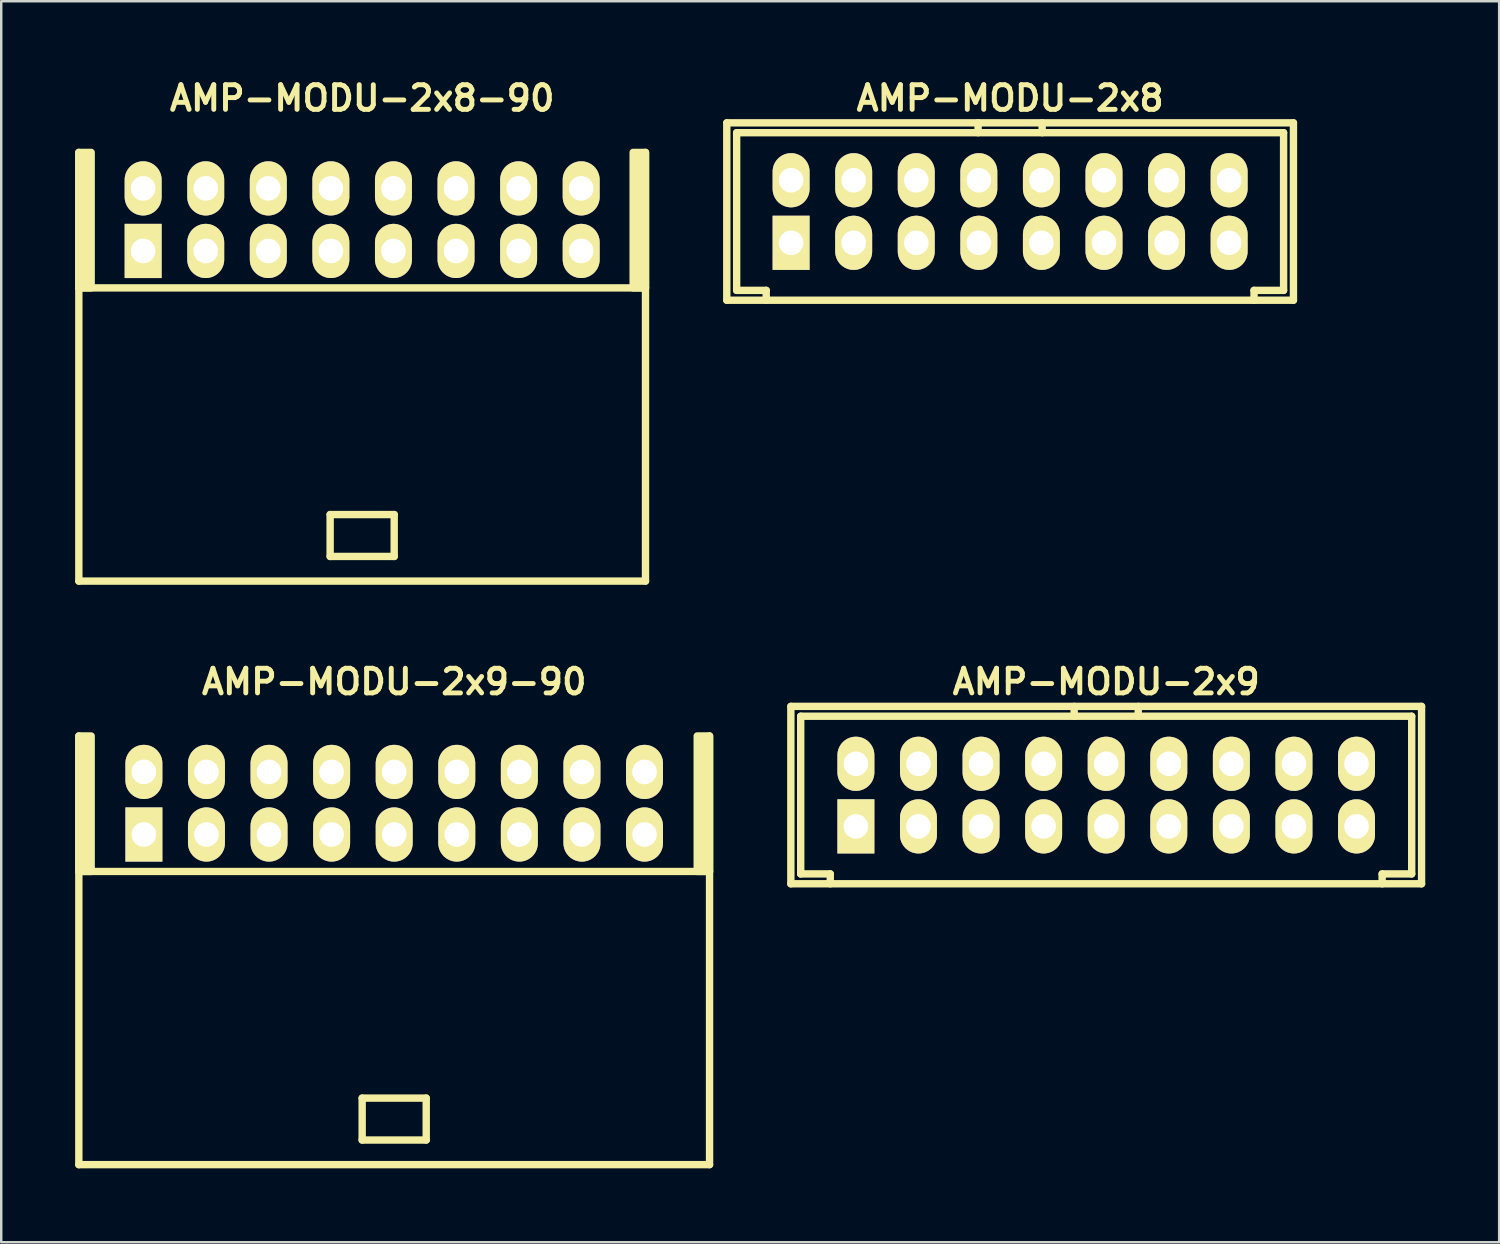
<source format=kicad_pcb>
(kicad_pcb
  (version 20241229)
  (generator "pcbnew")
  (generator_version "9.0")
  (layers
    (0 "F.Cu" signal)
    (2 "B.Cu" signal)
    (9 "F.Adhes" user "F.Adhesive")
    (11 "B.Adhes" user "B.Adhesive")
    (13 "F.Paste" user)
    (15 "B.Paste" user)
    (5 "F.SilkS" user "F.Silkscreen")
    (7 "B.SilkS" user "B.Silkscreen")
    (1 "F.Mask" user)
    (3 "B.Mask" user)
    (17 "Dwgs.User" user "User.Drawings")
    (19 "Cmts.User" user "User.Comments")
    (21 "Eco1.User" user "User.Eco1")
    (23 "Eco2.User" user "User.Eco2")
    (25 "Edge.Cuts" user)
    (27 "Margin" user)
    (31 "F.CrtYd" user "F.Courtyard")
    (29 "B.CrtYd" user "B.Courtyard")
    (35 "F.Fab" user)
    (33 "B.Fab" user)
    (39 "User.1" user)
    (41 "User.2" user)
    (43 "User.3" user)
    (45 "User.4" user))
  (footprint "AMP-MODU-2x8-90"
    (layer "F.Cu")
    (at 11.65 7.136)
    (property "Reference" "AMP-MODU-2x8-90" (at 0 -6.2 0) (layer "F.SilkS") (effects (font (size 1 1) (thickness 0.2))))
    (attr through_hole)
    (fp_line (start -11.5 -4) (end -11.5 13.4) (stroke (width 0.3) (type solid)) (layer "F.SilkS"))
    (fp_line (start -11.5 1.5) (end 11.5 1.5) (stroke (width 0.3) (type solid)) (layer "F.SilkS"))
    (fp_line (start -1.3 10.7) (end -1.3 12.4) (stroke (width 0.3) (type solid)) (layer "F.SilkS"))
    (fp_line (start -1.3 10.7) (end 1.3 10.7) (stroke (width 0.3) (type solid)) (layer "F.SilkS"))
    (fp_line (start -1.3 12.4) (end 1.3 12.4) (stroke (width 0.3) (type solid)) (layer "F.SilkS"))
    (fp_line (start 1.3 10.7) (end 1.3 12.4) (stroke (width 0.3) (type solid)) (layer "F.SilkS"))
    (fp_line (start 11.5 -4) (end 11.5 13.4) (stroke (width 0.3) (type solid)) (layer "F.SilkS"))
    (fp_line (start 11.5 13.4) (end -11.5 13.4) (stroke (width 0.3) (type solid)) (layer "F.SilkS"))
    (fp_poly (pts (xy -11 1.5) (xy -11.5 1.5) (xy -11.5 -4) (xy -11 -4)) (stroke (width 0.3) (type solid)) (fill yes) (layer "F.SilkS"))
    (fp_poly (pts (xy 11.5 1.5) (xy 11 1.5) (xy 11 -4) (xy 11.5 -4)) (stroke (width 0.3) (type solid)) (fill yes) (layer "F.SilkS"))
    (pad "1" thru_hole rect (at -8.89 0) (size 1.5 2.2) (drill 1) (layers "*.Cu" "*.Mask" "F.SilkS"))
    (pad "2" thru_hole oval (at -8.89 -2.54) (size 1.5 2.2) (drill 1) (layers "*.Cu" "*.Mask" "F.SilkS"))
    (pad "3" thru_hole oval (at -6.35 0) (size 1.5 2.2) (drill 1) (layers "*.Cu" "*.Mask" "F.SilkS"))
    (pad "4" thru_hole oval (at -6.35 -2.54) (size 1.5 2.2) (drill 1) (layers "*.Cu" "*.Mask" "F.SilkS"))
    (pad "5" thru_hole oval (at -3.81 0) (size 1.5 2.2) (drill 1) (layers "*.Cu" "*.Mask" "F.SilkS"))
    (pad "6" thru_hole oval (at -3.81 -2.54) (size 1.5 2.2) (drill 1) (layers "*.Cu" "*.Mask" "F.SilkS"))
    (pad "7" thru_hole oval (at -1.27 0) (size 1.5 2.2) (drill 1) (layers "*.Cu" "*.Mask" "F.SilkS"))
    (pad "8" thru_hole oval (at -1.27 -2.54) (size 1.5 2.2) (drill 1) (layers "*.Cu" "*.Mask" "F.SilkS"))
    (pad "9" thru_hole oval (at 1.27 0) (size 1.5 2.2) (drill 1) (layers "*.Cu" "*.Mask" "F.SilkS"))
    (pad "10" thru_hole oval (at 1.27 -2.54) (size 1.5 2.2) (drill 1) (layers "*.Cu" "*.Mask" "F.SilkS"))
    (pad "11" thru_hole oval (at 3.81 0) (size 1.5 2.2) (drill 1) (layers "*.Cu" "*.Mask" "F.SilkS"))
    (pad "12" thru_hole oval (at 3.81 -2.54) (size 1.5 2.2) (drill 1) (layers "*.Cu" "*.Mask" "F.SilkS"))
    (pad "13" thru_hole oval (at 6.35 0) (size 1.5 2.2) (drill 1) (layers "*.Cu" "*.Mask" "F.SilkS"))
    (pad "14" thru_hole oval (at 6.35 -2.54) (size 1.5 2.2) (drill 1) (layers "*.Cu" "*.Mask" "F.SilkS"))
    (pad "15" thru_hole oval (at 8.89 0) (size 1.5 2.2) (drill 1) (layers "*.Cu" "*.Mask" "F.SilkS"))
    (pad "16" thru_hole oval (at 8.89 -2.54) (size 1.5 2.2) (drill 1) (layers "*.Cu" "*.Mask" "F.SilkS")))
  (footprint "AMP-MODU-2x8"
    (layer "F.Cu")
    (at 37.95 5.536)
    (property "Reference" "AMP-MODU-2x8" (at 0 -4.6 0) (layer "F.SilkS") (effects (font (size 1 1) (thickness 0.2))))
    (attr through_hole)
    (fp_line (start -11.5 -3.6) (end 11.5 -3.6) (stroke (width 0.3) (type solid)) (layer "F.SilkS"))
    (fp_line (start -11.5 3.6) (end -11.5 -3.6) (stroke (width 0.3) (type solid)) (layer "F.SilkS"))
    (fp_line (start -11.1 -3.2) (end -11.1 3.2) (stroke (width 0.3) (type solid)) (layer "F.SilkS"))
    (fp_line (start -9.9 3.2) (end -11.1 3.2) (stroke (width 0.3) (type solid)) (layer "F.SilkS"))
    (fp_line (start -9.9 3.2) (end -9.9 3.6) (stroke (width 0.3) (type solid)) (layer "F.SilkS"))
    (fp_line (start -1.3 -3.2) (end -1.3 -3.6) (stroke (width 0.3) (type solid)) (layer "F.SilkS"))
    (fp_line (start 1.3 -3.6) (end 1.3 -3.2) (stroke (width 0.3) (type solid)) (layer "F.SilkS"))
    (fp_line (start 9.9 3.6) (end 9.9 3.2) (stroke (width 0.3) (type solid)) (layer "F.SilkS"))
    (fp_line (start 11.1 -3.2) (end -11.1 -3.2) (stroke (width 0.3) (type solid)) (layer "F.SilkS"))
    (fp_line (start 11.1 3.2) (end 9.9 3.2) (stroke (width 0.3) (type solid)) (layer "F.SilkS"))
    (fp_line (start 11.1 3.2) (end 11.1 -3.2) (stroke (width 0.3) (type solid)) (layer "F.SilkS"))
    (fp_line (start 11.5 -3.6) (end 11.5 3.6) (stroke (width 0.3) (type solid)) (layer "F.SilkS"))
    (fp_line (start 11.5 3.6) (end -11.5 3.6) (stroke (width 0.3) (type solid)) (layer "F.SilkS"))
    (pad "1" thru_hole rect (at -8.89 1.27) (size 1.5 2.2) (drill 1) (layers "*.Cu" "*.Mask" "F.SilkS"))
    (pad "2" thru_hole oval (at -8.89 -1.27) (size 1.5 2.2) (drill 1) (layers "*.Cu" "*.Mask" "F.SilkS"))
    (pad "3" thru_hole oval (at -6.35 1.27) (size 1.5 2.2) (drill 1) (layers "*.Cu" "*.Mask" "F.SilkS"))
    (pad "4" thru_hole oval (at -6.35 -1.27) (size 1.5 2.2) (drill 1) (layers "*.Cu" "*.Mask" "F.SilkS"))
    (pad "5" thru_hole oval (at -3.81 1.27) (size 1.5 2.2) (drill 1) (layers "*.Cu" "*.Mask" "F.SilkS"))
    (pad "6" thru_hole oval (at -3.81 -1.27) (size 1.5 2.2) (drill 1) (layers "*.Cu" "*.Mask" "F.SilkS"))
    (pad "7" thru_hole oval (at -1.27 1.27) (size 1.5 2.2) (drill 1) (layers "*.Cu" "*.Mask" "F.SilkS"))
    (pad "8" thru_hole oval (at -1.27 -1.27) (size 1.5 2.2) (drill 1) (layers "*.Cu" "*.Mask" "F.SilkS"))
    (pad "9" thru_hole oval (at 1.27 1.27) (size 1.5 2.2) (drill 1) (layers "*.Cu" "*.Mask" "F.SilkS"))
    (pad "10" thru_hole oval (at 1.27 -1.27) (size 1.5 2.2) (drill 1) (layers "*.Cu" "*.Mask" "F.SilkS"))
    (pad "11" thru_hole oval (at 3.81 1.27) (size 1.5 2.2) (drill 1) (layers "*.Cu" "*.Mask" "F.SilkS"))
    (pad "12" thru_hole oval (at 3.81 -1.27) (size 1.5 2.2) (drill 1) (layers "*.Cu" "*.Mask" "F.SilkS"))
    (pad "13" thru_hole oval (at 6.35 1.27) (size 1.5 2.2) (drill 1) (layers "*.Cu" "*.Mask" "F.SilkS"))
    (pad "14" thru_hole oval (at 6.35 -1.27) (size 1.5 2.2) (drill 1) (layers "*.Cu" "*.Mask" "F.SilkS"))
    (pad "15" thru_hole oval (at 8.89 1.27) (size 1.5 2.2) (drill 1) (layers "*.Cu" "*.Mask" "F.SilkS"))
    (pad "16" thru_hole oval (at 8.89 -1.27) (size 1.5 2.2) (drill 1) (layers "*.Cu" "*.Mask" "F.SilkS")))
  (footprint "AMP-MODU-2x9"
    (layer "F.Cu")
    (at 41.85 29.222)
    (property "Reference" "AMP-MODU-2x9" (at 0 -4.6 0) (layer "F.SilkS") (effects (font (size 1 1) (thickness 0.2))))
    (attr through_hole)
    (fp_line (start -12.8 -3.6) (end 12.8 -3.6) (stroke (width 0.3) (type solid)) (layer "F.SilkS"))
    (fp_line (start -12.8 3.6) (end -12.8 -3.6) (stroke (width 0.3) (type solid)) (layer "F.SilkS"))
    (fp_line (start -12.4 -3.2) (end -12.4 3.2) (stroke (width 0.3) (type solid)) (layer "F.SilkS"))
    (fp_line (start -11.2 3.2) (end -12.4 3.2) (stroke (width 0.3) (type solid)) (layer "F.SilkS"))
    (fp_line (start -11.2 3.2) (end -11.2 3.6) (stroke (width 0.3) (type solid)) (layer "F.SilkS"))
    (fp_line (start -1.3 -3.2) (end -1.3 -3.6) (stroke (width 0.3) (type solid)) (layer "F.SilkS"))
    (fp_line (start 1.3 -3.6) (end 1.3 -3.2) (stroke (width 0.3) (type solid)) (layer "F.SilkS"))
    (fp_line (start 11.2 3.6) (end 11.2 3.2) (stroke (width 0.3) (type solid)) (layer "F.SilkS"))
    (fp_line (start 12.4 -3.2) (end -12.4 -3.2) (stroke (width 0.3) (type solid)) (layer "F.SilkS"))
    (fp_line (start 12.4 3.2) (end 11.2 3.2) (stroke (width 0.3) (type solid)) (layer "F.SilkS"))
    (fp_line (start 12.4 3.2) (end 12.4 -3.2) (stroke (width 0.3) (type solid)) (layer "F.SilkS"))
    (fp_line (start 12.8 -3.6) (end 12.8 3.6) (stroke (width 0.3) (type solid)) (layer "F.SilkS"))
    (fp_line (start 12.8 3.6) (end -12.8 3.6) (stroke (width 0.3) (type solid)) (layer "F.SilkS"))
    (pad "1" thru_hole rect (at -10.16 1.27) (size 1.5 2.2) (drill 1) (layers "*.Cu" "*.Mask" "F.SilkS"))
    (pad "2" thru_hole oval (at -10.16 -1.27) (size 1.5 2.2) (drill 1) (layers "*.Cu" "*.Mask" "F.SilkS"))
    (pad "3" thru_hole oval (at -7.62 1.27) (size 1.5 2.2) (drill 1) (layers "*.Cu" "*.Mask" "F.SilkS"))
    (pad "4" thru_hole oval (at -7.62 -1.27) (size 1.5 2.2) (drill 1) (layers "*.Cu" "*.Mask" "F.SilkS"))
    (pad "5" thru_hole oval (at -5.08 1.27) (size 1.5 2.2) (drill 1) (layers "*.Cu" "*.Mask" "F.SilkS"))
    (pad "6" thru_hole oval (at -5.08 -1.27) (size 1.5 2.2) (drill 1) (layers "*.Cu" "*.Mask" "F.SilkS"))
    (pad "7" thru_hole oval (at -2.54 1.27) (size 1.5 2.2) (drill 1) (layers "*.Cu" "*.Mask" "F.SilkS"))
    (pad "8" thru_hole oval (at -2.54 -1.27) (size 1.5 2.2) (drill 1) (layers "*.Cu" "*.Mask" "F.SilkS"))
    (pad "9" thru_hole oval (at 0 1.27) (size 1.5 2.2) (drill 1) (layers "*.Cu" "*.Mask" "F.SilkS"))
    (pad "10" thru_hole oval (at 0 -1.27) (size 1.5 2.2) (drill 1) (layers "*.Cu" "*.Mask" "F.SilkS"))
    (pad "11" thru_hole oval (at 2.54 1.27) (size 1.5 2.2) (drill 1) (layers "*.Cu" "*.Mask" "F.SilkS"))
    (pad "12" thru_hole oval (at 2.54 -1.27) (size 1.5 2.2) (drill 1) (layers "*.Cu" "*.Mask" "F.SilkS"))
    (pad "13" thru_hole oval (at 5.08 1.27) (size 1.5 2.2) (drill 1) (layers "*.Cu" "*.Mask" "F.SilkS"))
    (pad "14" thru_hole oval (at 5.08 -1.27) (size 1.5 2.2) (drill 1) (layers "*.Cu" "*.Mask" "F.SilkS"))
    (pad "15" thru_hole oval (at 7.62 1.27) (size 1.5 2.2) (drill 1) (layers "*.Cu" "*.Mask" "F.SilkS"))
    (pad "16" thru_hole oval (at 7.62 -1.27) (size 1.5 2.2) (drill 1) (layers "*.Cu" "*.Mask" "F.SilkS"))
    (pad "17" thru_hole oval (at 10.16 1.27) (size 1.5 2.2) (drill 1) (layers "*.Cu" "*.Mask" "F.SilkS"))
    (pad "18" thru_hole oval (at 10.16 -1.27) (size 1.5 2.2) (drill 1) (layers "*.Cu" "*.Mask" "F.SilkS")))
  (footprint "AMP-MODU-2x9-90"
    (layer "F.Cu")
    (at 12.95 30.822)
    (property "Reference" "AMP-MODU-2x9-90" (at 0 -6.2 0) (layer "F.SilkS") (effects (font (size 1 1) (thickness 0.2))))
    (attr through_hole)
    (fp_line (start -12.8 -4) (end -12.8 13.4) (stroke (width 0.3) (type solid)) (layer "F.SilkS"))
    (fp_line (start -12.8 1.5) (end 12.8 1.5) (stroke (width 0.3) (type solid)) (layer "F.SilkS"))
    (fp_line (start -1.3 10.7) (end -1.3 12.4) (stroke (width 0.3) (type solid)) (layer "F.SilkS"))
    (fp_line (start -1.3 10.7) (end 1.3 10.7) (stroke (width 0.3) (type solid)) (layer "F.SilkS"))
    (fp_line (start -1.3 12.4) (end 1.3 12.4) (stroke (width 0.3) (type solid)) (layer "F.SilkS"))
    (fp_line (start 1.3 10.7) (end 1.3 12.4) (stroke (width 0.3) (type solid)) (layer "F.SilkS"))
    (fp_line (start 12.8 -4) (end 12.8 13.4) (stroke (width 0.3) (type solid)) (layer "F.SilkS"))
    (fp_line (start 12.8 13.4) (end -12.8 13.4) (stroke (width 0.3) (type solid)) (layer "F.SilkS"))
    (fp_poly (pts (xy -12.3 1.5) (xy -12.8 1.5) (xy -12.8 -4) (xy -12.3 -4)) (stroke (width 0.3) (type solid)) (fill yes) (layer "F.SilkS"))
    (fp_poly (pts (xy 12.8 1.5) (xy 12.3 1.5) (xy 12.3 -4) (xy 12.8 -4)) (stroke (width 0.3) (type solid)) (fill yes) (layer "F.SilkS"))
    (pad "1" thru_hole rect (at -10.16 0) (size 1.5 2.2) (drill 1) (layers "*.Cu" "*.Mask" "F.SilkS"))
    (pad "2" thru_hole oval (at -10.16 -2.54) (size 1.5 2.2) (drill 1) (layers "*.Cu" "*.Mask" "F.SilkS"))
    (pad "3" thru_hole oval (at -7.62 0) (size 1.5 2.2) (drill 1) (layers "*.Cu" "*.Mask" "F.SilkS"))
    (pad "4" thru_hole oval (at -7.62 -2.54) (size 1.5 2.2) (drill 1) (layers "*.Cu" "*.Mask" "F.SilkS"))
    (pad "5" thru_hole oval (at -5.08 0) (size 1.5 2.2) (drill 1) (layers "*.Cu" "*.Mask" "F.SilkS"))
    (pad "6" thru_hole oval (at -5.08 -2.54) (size 1.5 2.2) (drill 1) (layers "*.Cu" "*.Mask" "F.SilkS"))
    (pad "7" thru_hole oval (at -2.54 0) (size 1.5 2.2) (drill 1) (layers "*.Cu" "*.Mask" "F.SilkS"))
    (pad "8" thru_hole oval (at -2.54 -2.54) (size 1.5 2.2) (drill 1) (layers "*.Cu" "*.Mask" "F.SilkS"))
    (pad "9" thru_hole oval (at 0 0) (size 1.5 2.2) (drill 1) (layers "*.Cu" "*.Mask" "F.SilkS"))
    (pad "10" thru_hole oval (at 0 -2.54) (size 1.5 2.2) (drill 1) (layers "*.Cu" "*.Mask" "F.SilkS"))
    (pad "11" thru_hole oval (at 2.54 0) (size 1.5 2.2) (drill 1) (layers "*.Cu" "*.Mask" "F.SilkS"))
    (pad "12" thru_hole oval (at 2.54 -2.54) (size 1.5 2.2) (drill 1) (layers "*.Cu" "*.Mask" "F.SilkS"))
    (pad "13" thru_hole oval (at 5.08 0) (size 1.5 2.2) (drill 1) (layers "*.Cu" "*.Mask" "F.SilkS"))
    (pad "14" thru_hole oval (at 5.08 -2.54) (size 1.5 2.2) (drill 1) (layers "*.Cu" "*.Mask" "F.SilkS"))
    (pad "15" thru_hole oval (at 7.62 0) (size 1.5 2.2) (drill 1) (layers "*.Cu" "*.Mask" "F.SilkS"))
    (pad "16" thru_hole oval (at 7.62 -2.54) (size 1.5 2.2) (drill 1) (layers "*.Cu" "*.Mask" "F.SilkS"))
    (pad "17" thru_hole oval (at 10.16 0) (size 1.5 2.2) (drill 1) (layers "*.Cu" "*.Mask" "F.SilkS"))
    (pad "18" thru_hole oval (at 10.16 -2.54) (size 1.5 2.2) (drill 1) (layers "*.Cu" "*.Mask" "F.SilkS")))
  (gr_rect
    (start -3 -3)
    (end 57.8 47.372)
    (stroke (width 0.1) (type default))
    (fill no)
    (layer "Edge.Cuts")))
</source>
